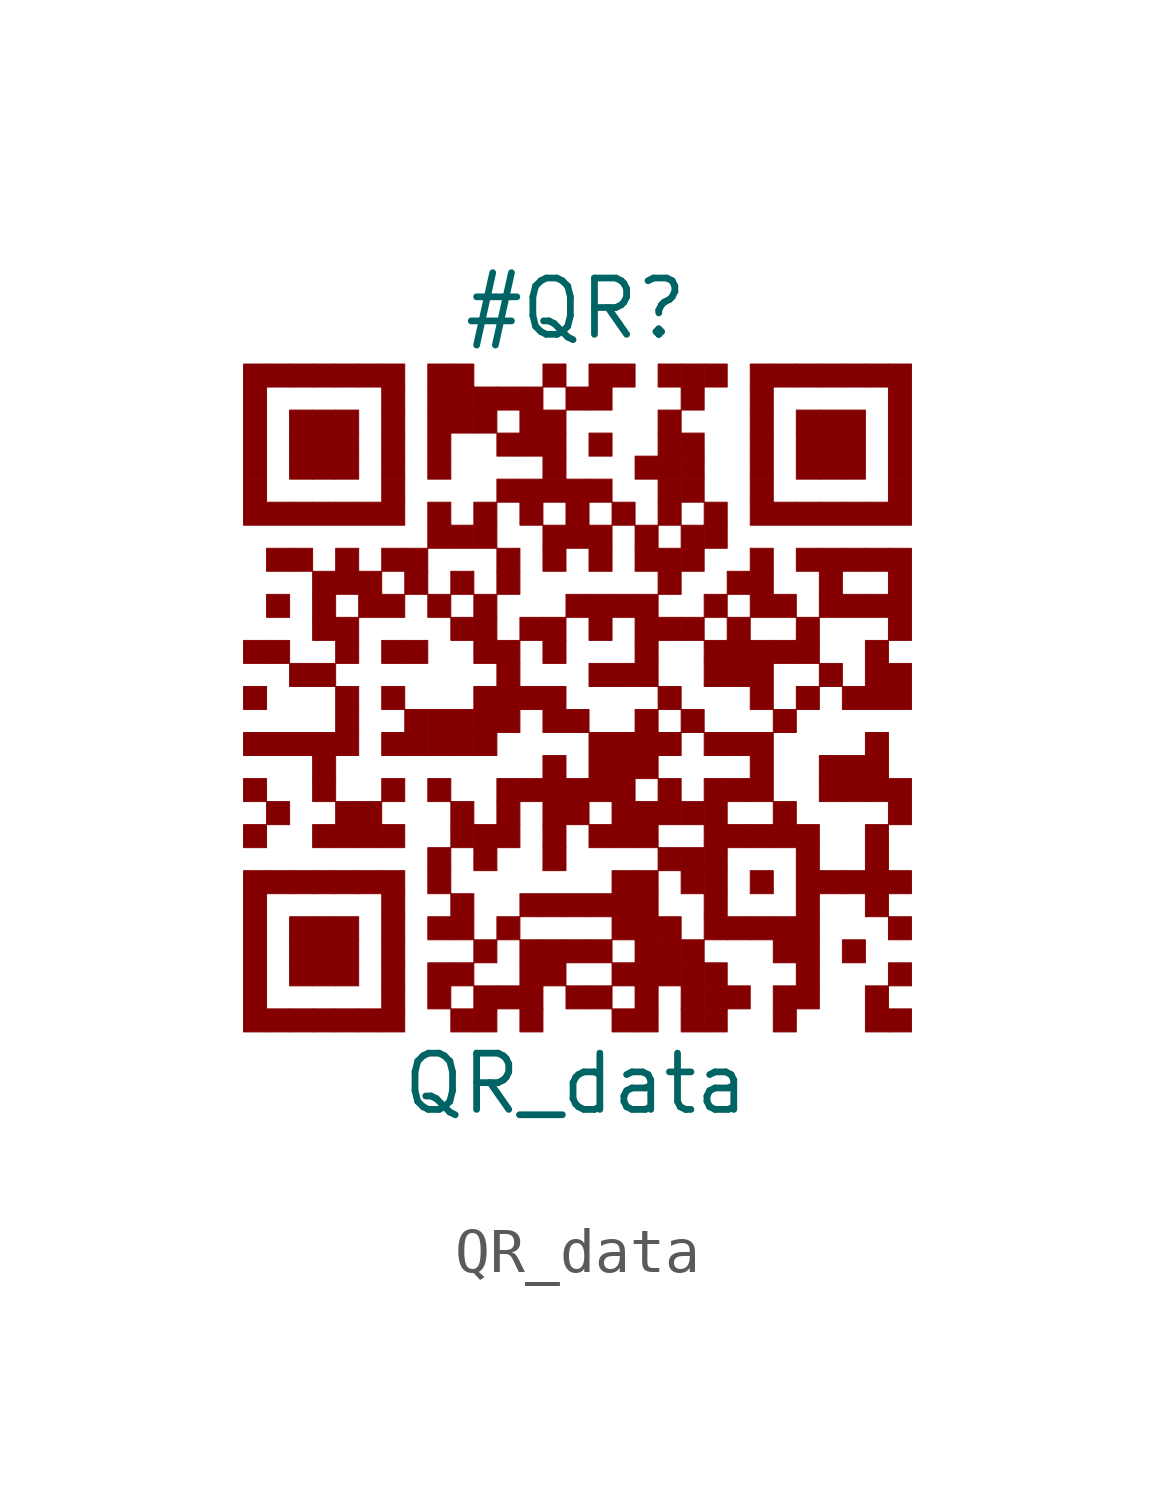
<source format=kicad_sym>
(kicad_symbol_lib
  (version 20211014)
  (generator kibot)
  (symbol "QR_data"
    (pin_numbers hide)
    (pin_names hide)
    (property "Reference" "#QR"
      (at 0 8.75 0)
      (effects (font (size 1.27 1.27))))
    (property "Value" "QR_data"
      (at 0 -8.75 0)
      (effects (font (size 1.27 1.27))))
    (rectangle
      (start -7.5 7.5)
      (end -6.98 6.98)
      (stroke (width 0.001) (type default))
      (fill (type outline)))
    (rectangle
      (start -6.98 7.5)
      (end -6.46 6.98)
      (stroke (width 0.001) (type default))
      (fill (type outline)))
    (rectangle
      (start -6.46 7.5)
      (end -5.94 6.98)
      (stroke (width 0.001) (type default))
      (fill (type outline)))
    (rectangle
      (start -5.94 7.5)
      (end -5.42 6.98)
      (stroke (width 0.001) (type default))
      (fill (type outline)))
    (rectangle
      (start -5.42 7.5)
      (end -4.9 6.98)
      (stroke (width 0.001) (type default))
      (fill (type outline)))
    (rectangle
      (start -4.9 7.5)
      (end -4.38 6.98)
      (stroke (width 0.001) (type default))
      (fill (type outline)))
    (rectangle
      (start -4.38 7.5)
      (end -3.86 6.98)
      (stroke (width 0.001) (type default))
      (fill (type outline)))
    (rectangle
      (start -3.34 7.5)
      (end -2.82 6.98)
      (stroke (width 0.001) (type default))
      (fill (type outline)))
    (rectangle
      (start -2.82 7.5)
      (end -2.3 6.98)
      (stroke (width 0.001) (type default))
      (fill (type outline)))
    (rectangle
      (start -0.74 7.5)
      (end -0.22 6.98)
      (stroke (width 0.001) (type default))
      (fill (type outline)))
    (rectangle
      (start 0.3 7.5)
      (end 0.82 6.98)
      (stroke (width 0.001) (type default))
      (fill (type outline)))
    (rectangle
      (start 0.82 7.5)
      (end 1.34 6.98)
      (stroke (width 0.001) (type default))
      (fill (type outline)))
    (rectangle
      (start 1.86 7.5)
      (end 2.38 6.98)
      (stroke (width 0.001) (type default))
      (fill (type outline)))
    (rectangle
      (start 2.38 7.5)
      (end 2.9 6.98)
      (stroke (width 0.001) (type default))
      (fill (type outline)))
    (rectangle
      (start 2.9 7.5)
      (end 3.42 6.98)
      (stroke (width 0.001) (type default))
      (fill (type outline)))
    (rectangle
      (start 3.94 7.5)
      (end 4.46 6.98)
      (stroke (width 0.001) (type default))
      (fill (type outline)))
    (rectangle
      (start 4.46 7.5)
      (end 4.98 6.98)
      (stroke (width 0.001) (type default))
      (fill (type outline)))
    (rectangle
      (start 4.98 7.5)
      (end 5.5 6.98)
      (stroke (width 0.001) (type default))
      (fill (type outline)))
    (rectangle
      (start 5.5 7.5)
      (end 6.02 6.98)
      (stroke (width 0.001) (type default))
      (fill (type outline)))
    (rectangle
      (start 6.02 7.5)
      (end 6.54 6.98)
      (stroke (width 0.001) (type default))
      (fill (type outline)))
    (rectangle
      (start 6.54 7.5)
      (end 7.06 6.98)
      (stroke (width 0.001) (type default))
      (fill (type outline)))
    (rectangle
      (start 7.06 7.5)
      (end 7.58 6.98)
      (stroke (width 0.001) (type default))
      (fill (type outline)))
    (rectangle
      (start -7.5 6.98)
      (end -6.98 6.46)
      (stroke (width 0.001) (type default))
      (fill (type outline)))
    (rectangle
      (start -4.38 6.98)
      (end -3.86 6.46)
      (stroke (width 0.001) (type default))
      (fill (type outline)))
    (rectangle
      (start -3.34 6.98)
      (end -2.82 6.46)
      (stroke (width 0.001) (type default))
      (fill (type outline)))
    (rectangle
      (start -2.82 6.98)
      (end -2.3 6.46)
      (stroke (width 0.001) (type default))
      (fill (type outline)))
    (rectangle
      (start -2.3 6.98)
      (end -1.78 6.46)
      (stroke (width 0.001) (type default))
      (fill (type outline)))
    (rectangle
      (start -1.78 6.98)
      (end -1.26 6.46)
      (stroke (width 0.001) (type default))
      (fill (type outline)))
    (rectangle
      (start -1.26 6.98)
      (end -0.74 6.46)
      (stroke (width 0.001) (type default))
      (fill (type outline)))
    (rectangle
      (start -0.22 6.98)
      (end 0.3 6.46)
      (stroke (width 0.001) (type default))
      (fill (type outline)))
    (rectangle
      (start 0.3 6.98)
      (end 0.82 6.46)
      (stroke (width 0.001) (type default))
      (fill (type outline)))
    (rectangle
      (start 2.38 6.98)
      (end 2.9 6.46)
      (stroke (width 0.001) (type default))
      (fill (type outline)))
    (rectangle
      (start 3.94 6.98)
      (end 4.46 6.46)
      (stroke (width 0.001) (type default))
      (fill (type outline)))
    (rectangle
      (start 7.06 6.98)
      (end 7.58 6.46)
      (stroke (width 0.001) (type default))
      (fill (type outline)))
    (rectangle
      (start -7.5 6.46)
      (end -6.98 5.94)
      (stroke (width 0.001) (type default))
      (fill (type outline)))
    (rectangle
      (start -6.46 6.46)
      (end -5.94 5.94)
      (stroke (width 0.001) (type default))
      (fill (type outline)))
    (rectangle
      (start -5.94 6.46)
      (end -5.42 5.94)
      (stroke (width 0.001) (type default))
      (fill (type outline)))
    (rectangle
      (start -5.42 6.46)
      (end -4.9 5.94)
      (stroke (width 0.001) (type default))
      (fill (type outline)))
    (rectangle
      (start -4.38 6.46)
      (end -3.86 5.94)
      (stroke (width 0.001) (type default))
      (fill (type outline)))
    (rectangle
      (start -3.34 6.46)
      (end -2.82 5.94)
      (stroke (width 0.001) (type default))
      (fill (type outline)))
    (rectangle
      (start -2.82 6.46)
      (end -2.3 5.94)
      (stroke (width 0.001) (type default))
      (fill (type outline)))
    (rectangle
      (start -2.3 6.46)
      (end -1.78 5.94)
      (stroke (width 0.001) (type default))
      (fill (type outline)))
    (rectangle
      (start -1.26 6.46)
      (end -0.74 5.94)
      (stroke (width 0.001) (type default))
      (fill (type outline)))
    (rectangle
      (start -0.74 6.46)
      (end -0.22 5.94)
      (stroke (width 0.001) (type default))
      (fill (type outline)))
    (rectangle
      (start 1.86 6.46)
      (end 2.38 5.94)
      (stroke (width 0.001) (type default))
      (fill (type outline)))
    (rectangle
      (start 3.94 6.46)
      (end 4.46 5.94)
      (stroke (width 0.001) (type default))
      (fill (type outline)))
    (rectangle
      (start 4.98 6.46)
      (end 5.5 5.94)
      (stroke (width 0.001) (type default))
      (fill (type outline)))
    (rectangle
      (start 5.5 6.46)
      (end 6.02 5.94)
      (stroke (width 0.001) (type default))
      (fill (type outline)))
    (rectangle
      (start 6.02 6.46)
      (end 6.54 5.94)
      (stroke (width 0.001) (type default))
      (fill (type outline)))
    (rectangle
      (start 7.06 6.46)
      (end 7.58 5.94)
      (stroke (width 0.001) (type default))
      (fill (type outline)))
    (rectangle
      (start -7.5 5.94)
      (end -6.98 5.42)
      (stroke (width 0.001) (type default))
      (fill (type outline)))
    (rectangle
      (start -6.46 5.94)
      (end -5.94 5.42)
      (stroke (width 0.001) (type default))
      (fill (type outline)))
    (rectangle
      (start -5.94 5.94)
      (end -5.42 5.42)
      (stroke (width 0.001) (type default))
      (fill (type outline)))
    (rectangle
      (start -5.42 5.94)
      (end -4.9 5.42)
      (stroke (width 0.001) (type default))
      (fill (type outline)))
    (rectangle
      (start -4.38 5.94)
      (end -3.86 5.42)
      (stroke (width 0.001) (type default))
      (fill (type outline)))
    (rectangle
      (start -3.34 5.94)
      (end -2.82 5.42)
      (stroke (width 0.001) (type default))
      (fill (type outline)))
    (rectangle
      (start -1.78 5.94)
      (end -1.26 5.42)
      (stroke (width 0.001) (type default))
      (fill (type outline)))
    (rectangle
      (start -1.26 5.94)
      (end -0.74 5.42)
      (stroke (width 0.001) (type default))
      (fill (type outline)))
    (rectangle
      (start -0.74 5.94)
      (end -0.22 5.42)
      (stroke (width 0.001) (type default))
      (fill (type outline)))
    (rectangle
      (start 0.3 5.94)
      (end 0.82 5.42)
      (stroke (width 0.001) (type default))
      (fill (type outline)))
    (rectangle
      (start 1.86 5.94)
      (end 2.38 5.42)
      (stroke (width 0.001) (type default))
      (fill (type outline)))
    (rectangle
      (start 2.38 5.94)
      (end 2.9 5.42)
      (stroke (width 0.001) (type default))
      (fill (type outline)))
    (rectangle
      (start 3.94 5.94)
      (end 4.46 5.42)
      (stroke (width 0.001) (type default))
      (fill (type outline)))
    (rectangle
      (start 4.98 5.94)
      (end 5.5 5.42)
      (stroke (width 0.001) (type default))
      (fill (type outline)))
    (rectangle
      (start 5.5 5.94)
      (end 6.02 5.42)
      (stroke (width 0.001) (type default))
      (fill (type outline)))
    (rectangle
      (start 6.02 5.94)
      (end 6.54 5.42)
      (stroke (width 0.001) (type default))
      (fill (type outline)))
    (rectangle
      (start 7.06 5.94)
      (end 7.58 5.42)
      (stroke (width 0.001) (type default))
      (fill (type outline)))
    (rectangle
      (start -7.5 5.42)
      (end -6.98 4.9)
      (stroke (width 0.001) (type default))
      (fill (type outline)))
    (rectangle
      (start -6.46 5.42)
      (end -5.94 4.9)
      (stroke (width 0.001) (type default))
      (fill (type outline)))
    (rectangle
      (start -5.94 5.42)
      (end -5.42 4.9)
      (stroke (width 0.001) (type default))
      (fill (type outline)))
    (rectangle
      (start -5.42 5.42)
      (end -4.9 4.9)
      (stroke (width 0.001) (type default))
      (fill (type outline)))
    (rectangle
      (start -4.38 5.42)
      (end -3.86 4.9)
      (stroke (width 0.001) (type default))
      (fill (type outline)))
    (rectangle
      (start -3.34 5.42)
      (end -2.82 4.9)
      (stroke (width 0.001) (type default))
      (fill (type outline)))
    (rectangle
      (start -0.74 5.42)
      (end -0.22 4.9)
      (stroke (width 0.001) (type default))
      (fill (type outline)))
    (rectangle
      (start 1.34 5.42)
      (end 1.86 4.9)
      (stroke (width 0.001) (type default))
      (fill (type outline)))
    (rectangle
      (start 1.86 5.42)
      (end 2.38 4.9)
      (stroke (width 0.001) (type default))
      (fill (type outline)))
    (rectangle
      (start 2.38 5.42)
      (end 2.9 4.9)
      (stroke (width 0.001) (type default))
      (fill (type outline)))
    (rectangle
      (start 3.94 5.42)
      (end 4.46 4.9)
      (stroke (width 0.001) (type default))
      (fill (type outline)))
    (rectangle
      (start 4.98 5.42)
      (end 5.5 4.9)
      (stroke (width 0.001) (type default))
      (fill (type outline)))
    (rectangle
      (start 5.5 5.42)
      (end 6.02 4.9)
      (stroke (width 0.001) (type default))
      (fill (type outline)))
    (rectangle
      (start 6.02 5.42)
      (end 6.54 4.9)
      (stroke (width 0.001) (type default))
      (fill (type outline)))
    (rectangle
      (start 7.06 5.42)
      (end 7.58 4.9)
      (stroke (width 0.001) (type default))
      (fill (type outline)))
    (rectangle
      (start -7.5 4.9)
      (end -6.98 4.38)
      (stroke (width 0.001) (type default))
      (fill (type outline)))
    (rectangle
      (start -4.38 4.9)
      (end -3.86 4.38)
      (stroke (width 0.001) (type default))
      (fill (type outline)))
    (rectangle
      (start -1.78 4.9)
      (end -1.26 4.38)
      (stroke (width 0.001) (type default))
      (fill (type outline)))
    (rectangle
      (start -1.26 4.9)
      (end -0.74 4.38)
      (stroke (width 0.001) (type default))
      (fill (type outline)))
    (rectangle
      (start -0.74 4.9)
      (end -0.22 4.38)
      (stroke (width 0.001) (type default))
      (fill (type outline)))
    (rectangle
      (start -0.22 4.9)
      (end 0.3 4.38)
      (stroke (width 0.001) (type default))
      (fill (type outline)))
    (rectangle
      (start 0.3 4.9)
      (end 0.82 4.38)
      (stroke (width 0.001) (type default))
      (fill (type outline)))
    (rectangle
      (start 1.86 4.9)
      (end 2.38 4.38)
      (stroke (width 0.001) (type default))
      (fill (type outline)))
    (rectangle
      (start 2.38 4.9)
      (end 2.9 4.38)
      (stroke (width 0.001) (type default))
      (fill (type outline)))
    (rectangle
      (start 3.94 4.9)
      (end 4.46 4.38)
      (stroke (width 0.001) (type default))
      (fill (type outline)))
    (rectangle
      (start 7.06 4.9)
      (end 7.58 4.38)
      (stroke (width 0.001) (type default))
      (fill (type outline)))
    (rectangle
      (start -7.5 4.38)
      (end -6.98 3.86)
      (stroke (width 0.001) (type default))
      (fill (type outline)))
    (rectangle
      (start -6.98 4.38)
      (end -6.46 3.86)
      (stroke (width 0.001) (type default))
      (fill (type outline)))
    (rectangle
      (start -6.46 4.38)
      (end -5.94 3.86)
      (stroke (width 0.001) (type default))
      (fill (type outline)))
    (rectangle
      (start -5.94 4.38)
      (end -5.42 3.86)
      (stroke (width 0.001) (type default))
      (fill (type outline)))
    (rectangle
      (start -5.42 4.38)
      (end -4.9 3.86)
      (stroke (width 0.001) (type default))
      (fill (type outline)))
    (rectangle
      (start -4.9 4.38)
      (end -4.38 3.86)
      (stroke (width 0.001) (type default))
      (fill (type outline)))
    (rectangle
      (start -4.38 4.38)
      (end -3.86 3.86)
      (stroke (width 0.001) (type default))
      (fill (type outline)))
    (rectangle
      (start -3.34 4.38)
      (end -2.82 3.86)
      (stroke (width 0.001) (type default))
      (fill (type outline)))
    (rectangle
      (start -2.3 4.38)
      (end -1.78 3.86)
      (stroke (width 0.001) (type default))
      (fill (type outline)))
    (rectangle
      (start -1.26 4.38)
      (end -0.74 3.86)
      (stroke (width 0.001) (type default))
      (fill (type outline)))
    (rectangle
      (start -0.22 4.38)
      (end 0.3 3.86)
      (stroke (width 0.001) (type default))
      (fill (type outline)))
    (rectangle
      (start 0.82 4.38)
      (end 1.34 3.86)
      (stroke (width 0.001) (type default))
      (fill (type outline)))
    (rectangle
      (start 1.86 4.38)
      (end 2.38 3.86)
      (stroke (width 0.001) (type default))
      (fill (type outline)))
    (rectangle
      (start 2.9 4.38)
      (end 3.42 3.86)
      (stroke (width 0.001) (type default))
      (fill (type outline)))
    (rectangle
      (start 3.94 4.38)
      (end 4.46 3.86)
      (stroke (width 0.001) (type default))
      (fill (type outline)))
    (rectangle
      (start 4.46 4.38)
      (end 4.98 3.86)
      (stroke (width 0.001) (type default))
      (fill (type outline)))
    (rectangle
      (start 4.98 4.38)
      (end 5.5 3.86)
      (stroke (width 0.001) (type default))
      (fill (type outline)))
    (rectangle
      (start 5.5 4.38)
      (end 6.02 3.86)
      (stroke (width 0.001) (type default))
      (fill (type outline)))
    (rectangle
      (start 6.02 4.38)
      (end 6.54 3.86)
      (stroke (width 0.001) (type default))
      (fill (type outline)))
    (rectangle
      (start 6.54 4.38)
      (end 7.06 3.86)
      (stroke (width 0.001) (type default))
      (fill (type outline)))
    (rectangle
      (start 7.06 4.38)
      (end 7.58 3.86)
      (stroke (width 0.001) (type default))
      (fill (type outline)))
    (rectangle
      (start -3.34 3.86)
      (end -2.82 3.34)
      (stroke (width 0.001) (type default))
      (fill (type outline)))
    (rectangle
      (start -2.82 3.86)
      (end -2.3 3.34)
      (stroke (width 0.001) (type default))
      (fill (type outline)))
    (rectangle
      (start -2.3 3.86)
      (end -1.78 3.34)
      (stroke (width 0.001) (type default))
      (fill (type outline)))
    (rectangle
      (start -0.74 3.86)
      (end -0.22 3.34)
      (stroke (width 0.001) (type default))
      (fill (type outline)))
    (rectangle
      (start -0.22 3.86)
      (end 0.3 3.34)
      (stroke (width 0.001) (type default))
      (fill (type outline)))
    (rectangle
      (start 0.3 3.86)
      (end 0.82 3.34)
      (stroke (width 0.001) (type default))
      (fill (type outline)))
    (rectangle
      (start 1.34 3.86)
      (end 1.86 3.34)
      (stroke (width 0.001) (type default))
      (fill (type outline)))
    (rectangle
      (start 2.38 3.86)
      (end 2.9 3.34)
      (stroke (width 0.001) (type default))
      (fill (type outline)))
    (rectangle
      (start 2.9 3.86)
      (end 3.42 3.34)
      (stroke (width 0.001) (type default))
      (fill (type outline)))
    (rectangle
      (start -6.98 3.34)
      (end -6.46 2.82)
      (stroke (width 0.001) (type default))
      (fill (type outline)))
    (rectangle
      (start -6.46 3.34)
      (end -5.94 2.82)
      (stroke (width 0.001) (type default))
      (fill (type outline)))
    (rectangle
      (start -5.42 3.34)
      (end -4.9 2.82)
      (stroke (width 0.001) (type default))
      (fill (type outline)))
    (rectangle
      (start -4.38 3.34)
      (end -3.86 2.82)
      (stroke (width 0.001) (type default))
      (fill (type outline)))
    (rectangle
      (start -3.86 3.34)
      (end -3.34 2.82)
      (stroke (width 0.001) (type default))
      (fill (type outline)))
    (rectangle
      (start -1.78 3.34)
      (end -1.26 2.82)
      (stroke (width 0.001) (type default))
      (fill (type outline)))
    (rectangle
      (start -0.74 3.34)
      (end -0.22 2.82)
      (stroke (width 0.001) (type default))
      (fill (type outline)))
    (rectangle
      (start 0.3 3.34)
      (end 0.82 2.82)
      (stroke (width 0.001) (type default))
      (fill (type outline)))
    (rectangle
      (start 1.34 3.34)
      (end 1.86 2.82)
      (stroke (width 0.001) (type default))
      (fill (type outline)))
    (rectangle
      (start 1.86 3.34)
      (end 2.38 2.82)
      (stroke (width 0.001) (type default))
      (fill (type outline)))
    (rectangle
      (start 2.38 3.34)
      (end 2.9 2.82)
      (stroke (width 0.001) (type default))
      (fill (type outline)))
    (rectangle
      (start 3.94 3.34)
      (end 4.46 2.82)
      (stroke (width 0.001) (type default))
      (fill (type outline)))
    (rectangle
      (start 4.98 3.34)
      (end 5.5 2.82)
      (stroke (width 0.001) (type default))
      (fill (type outline)))
    (rectangle
      (start 5.5 3.34)
      (end 6.02 2.82)
      (stroke (width 0.001) (type default))
      (fill (type outline)))
    (rectangle
      (start 6.02 3.34)
      (end 6.54 2.82)
      (stroke (width 0.001) (type default))
      (fill (type outline)))
    (rectangle
      (start 6.54 3.34)
      (end 7.06 2.82)
      (stroke (width 0.001) (type default))
      (fill (type outline)))
    (rectangle
      (start 7.06 3.34)
      (end 7.58 2.82)
      (stroke (width 0.001) (type default))
      (fill (type outline)))
    (rectangle
      (start -5.94 2.82)
      (end -5.42 2.3)
      (stroke (width 0.001) (type default))
      (fill (type outline)))
    (rectangle
      (start -5.42 2.82)
      (end -4.9 2.3)
      (stroke (width 0.001) (type default))
      (fill (type outline)))
    (rectangle
      (start -4.9 2.82)
      (end -4.38 2.3)
      (stroke (width 0.001) (type default))
      (fill (type outline)))
    (rectangle
      (start -3.86 2.82)
      (end -3.34 2.3)
      (stroke (width 0.001) (type default))
      (fill (type outline)))
    (rectangle
      (start -2.82 2.82)
      (end -2.3 2.3)
      (stroke (width 0.001) (type default))
      (fill (type outline)))
    (rectangle
      (start -1.78 2.82)
      (end -1.26 2.3)
      (stroke (width 0.001) (type default))
      (fill (type outline)))
    (rectangle
      (start 1.86 2.82)
      (end 2.38 2.3)
      (stroke (width 0.001) (type default))
      (fill (type outline)))
    (rectangle
      (start 3.42 2.82)
      (end 3.94 2.3)
      (stroke (width 0.001) (type default))
      (fill (type outline)))
    (rectangle
      (start 3.94 2.82)
      (end 4.46 2.3)
      (stroke (width 0.001) (type default))
      (fill (type outline)))
    (rectangle
      (start 5.5 2.82)
      (end 6.02 2.3)
      (stroke (width 0.001) (type default))
      (fill (type outline)))
    (rectangle
      (start 7.06 2.82)
      (end 7.58 2.3)
      (stroke (width 0.001) (type default))
      (fill (type outline)))
    (rectangle
      (start -6.98 2.3)
      (end -6.46 1.78)
      (stroke (width 0.001) (type default))
      (fill (type outline)))
    (rectangle
      (start -5.94 2.3)
      (end -5.42 1.78)
      (stroke (width 0.001) (type default))
      (fill (type outline)))
    (rectangle
      (start -4.9 2.3)
      (end -4.38 1.78)
      (stroke (width 0.001) (type default))
      (fill (type outline)))
    (rectangle
      (start -4.38 2.3)
      (end -3.86 1.78)
      (stroke (width 0.001) (type default))
      (fill (type outline)))
    (rectangle
      (start -3.34 2.3)
      (end -2.82 1.78)
      (stroke (width 0.001) (type default))
      (fill (type outline)))
    (rectangle
      (start -2.3 2.3)
      (end -1.78 1.78)
      (stroke (width 0.001) (type default))
      (fill (type outline)))
    (rectangle
      (start -0.22 2.3)
      (end 0.3 1.78)
      (stroke (width 0.001) (type default))
      (fill (type outline)))
    (rectangle
      (start 0.3 2.3)
      (end 0.82 1.78)
      (stroke (width 0.001) (type default))
      (fill (type outline)))
    (rectangle
      (start 0.82 2.3)
      (end 1.34 1.78)
      (stroke (width 0.001) (type default))
      (fill (type outline)))
    (rectangle
      (start 1.34 2.3)
      (end 1.86 1.78)
      (stroke (width 0.001) (type default))
      (fill (type outline)))
    (rectangle
      (start 2.9 2.3)
      (end 3.42 1.78)
      (stroke (width 0.001) (type default))
      (fill (type outline)))
    (rectangle
      (start 3.94 2.3)
      (end 4.46 1.78)
      (stroke (width 0.001) (type default))
      (fill (type outline)))
    (rectangle
      (start 4.46 2.3)
      (end 4.98 1.78)
      (stroke (width 0.001) (type default))
      (fill (type outline)))
    (rectangle
      (start 5.5 2.3)
      (end 6.02 1.78)
      (stroke (width 0.001) (type default))
      (fill (type outline)))
    (rectangle
      (start 6.02 2.3)
      (end 6.54 1.78)
      (stroke (width 0.001) (type default))
      (fill (type outline)))
    (rectangle
      (start 6.54 2.3)
      (end 7.06 1.78)
      (stroke (width 0.001) (type default))
      (fill (type outline)))
    (rectangle
      (start 7.06 2.3)
      (end 7.58 1.78)
      (stroke (width 0.001) (type default))
      (fill (type outline)))
    (rectangle
      (start -5.94 1.78)
      (end -5.42 1.26)
      (stroke (width 0.001) (type default))
      (fill (type outline)))
    (rectangle
      (start -5.42 1.78)
      (end -4.9 1.26)
      (stroke (width 0.001) (type default))
      (fill (type outline)))
    (rectangle
      (start -2.82 1.78)
      (end -2.3 1.26)
      (stroke (width 0.001) (type default))
      (fill (type outline)))
    (rectangle
      (start -2.3 1.78)
      (end -1.78 1.26)
      (stroke (width 0.001) (type default))
      (fill (type outline)))
    (rectangle
      (start -1.26 1.78)
      (end -0.74 1.26)
      (stroke (width 0.001) (type default))
      (fill (type outline)))
    (rectangle
      (start -0.74 1.78)
      (end -0.22 1.26)
      (stroke (width 0.001) (type default))
      (fill (type outline)))
    (rectangle
      (start 0.3 1.78)
      (end 0.82 1.26)
      (stroke (width 0.001) (type default))
      (fill (type outline)))
    (rectangle
      (start 1.34 1.78)
      (end 1.86 1.26)
      (stroke (width 0.001) (type default))
      (fill (type outline)))
    (rectangle
      (start 1.86 1.78)
      (end 2.38 1.26)
      (stroke (width 0.001) (type default))
      (fill (type outline)))
    (rectangle
      (start 2.38 1.78)
      (end 2.9 1.26)
      (stroke (width 0.001) (type default))
      (fill (type outline)))
    (rectangle
      (start 3.42 1.78)
      (end 3.94 1.26)
      (stroke (width 0.001) (type default))
      (fill (type outline)))
    (rectangle
      (start 4.98 1.78)
      (end 5.5 1.26)
      (stroke (width 0.001) (type default))
      (fill (type outline)))
    (rectangle
      (start 7.06 1.78)
      (end 7.58 1.26)
      (stroke (width 0.001) (type default))
      (fill (type outline)))
    (rectangle
      (start -7.5 1.26)
      (end -6.98 0.74)
      (stroke (width 0.001) (type default))
      (fill (type outline)))
    (rectangle
      (start -6.98 1.26)
      (end -6.46 0.74)
      (stroke (width 0.001) (type default))
      (fill (type outline)))
    (rectangle
      (start -5.42 1.26)
      (end -4.9 0.74)
      (stroke (width 0.001) (type default))
      (fill (type outline)))
    (rectangle
      (start -4.38 1.26)
      (end -3.86 0.74)
      (stroke (width 0.001) (type default))
      (fill (type outline)))
    (rectangle
      (start -3.86 1.26)
      (end -3.34 0.74)
      (stroke (width 0.001) (type default))
      (fill (type outline)))
    (rectangle
      (start -2.3 1.26)
      (end -1.78 0.74)
      (stroke (width 0.001) (type default))
      (fill (type outline)))
    (rectangle
      (start -1.78 1.26)
      (end -1.26 0.74)
      (stroke (width 0.001) (type default))
      (fill (type outline)))
    (rectangle
      (start -0.74 1.26)
      (end -0.22 0.74)
      (stroke (width 0.001) (type default))
      (fill (type outline)))
    (rectangle
      (start 1.34 1.26)
      (end 1.86 0.74)
      (stroke (width 0.001) (type default))
      (fill (type outline)))
    (rectangle
      (start 2.9 1.26)
      (end 3.42 0.74)
      (stroke (width 0.001) (type default))
      (fill (type outline)))
    (rectangle
      (start 3.42 1.26)
      (end 3.94 0.74)
      (stroke (width 0.001) (type default))
      (fill (type outline)))
    (rectangle
      (start 3.94 1.26)
      (end 4.46 0.74)
      (stroke (width 0.001) (type default))
      (fill (type outline)))
    (rectangle
      (start 4.46 1.26)
      (end 4.98 0.74)
      (stroke (width 0.001) (type default))
      (fill (type outline)))
    (rectangle
      (start 4.98 1.26)
      (end 5.5 0.74)
      (stroke (width 0.001) (type default))
      (fill (type outline)))
    (rectangle
      (start 6.54 1.26)
      (end 7.06 0.74)
      (stroke (width 0.001) (type default))
      (fill (type outline)))
    (rectangle
      (start -6.46 0.74)
      (end -5.94 0.22)
      (stroke (width 0.001) (type default))
      (fill (type outline)))
    (rectangle
      (start -5.94 0.74)
      (end -5.42 0.22)
      (stroke (width 0.001) (type default))
      (fill (type outline)))
    (rectangle
      (start -1.78 0.74)
      (end -1.26 0.22)
      (stroke (width 0.001) (type default))
      (fill (type outline)))
    (rectangle
      (start 0.3 0.74)
      (end 0.82 0.22)
      (stroke (width 0.001) (type default))
      (fill (type outline)))
    (rectangle
      (start 0.82 0.74)
      (end 1.34 0.22)
      (stroke (width 0.001) (type default))
      (fill (type outline)))
    (rectangle
      (start 1.34 0.74)
      (end 1.86 0.22)
      (stroke (width 0.001) (type default))
      (fill (type outline)))
    (rectangle
      (start 2.9 0.74)
      (end 3.42 0.22)
      (stroke (width 0.001) (type default))
      (fill (type outline)))
    (rectangle
      (start 3.42 0.74)
      (end 3.94 0.22)
      (stroke (width 0.001) (type default))
      (fill (type outline)))
    (rectangle
      (start 3.94 0.74)
      (end 4.46 0.22)
      (stroke (width 0.001) (type default))
      (fill (type outline)))
    (rectangle
      (start 5.5 0.74)
      (end 6.02 0.22)
      (stroke (width 0.001) (type default))
      (fill (type outline)))
    (rectangle
      (start 6.54 0.74)
      (end 7.06 0.22)
      (stroke (width 0.001) (type default))
      (fill (type outline)))
    (rectangle
      (start 7.06 0.74)
      (end 7.58 0.22)
      (stroke (width 0.001) (type default))
      (fill (type outline)))
    (rectangle
      (start -7.5 0.22)
      (end -6.98 -0.3)
      (stroke (width 0.001) (type default))
      (fill (type outline)))
    (rectangle
      (start -5.42 0.22)
      (end -4.9 -0.3)
      (stroke (width 0.001) (type default))
      (fill (type outline)))
    (rectangle
      (start -4.38 0.22)
      (end -3.86 -0.3)
      (stroke (width 0.001) (type default))
      (fill (type outline)))
    (rectangle
      (start -2.3 0.22)
      (end -1.78 -0.3)
      (stroke (width 0.001) (type default))
      (fill (type outline)))
    (rectangle
      (start -1.78 0.22)
      (end -1.26 -0.3)
      (stroke (width 0.001) (type default))
      (fill (type outline)))
    (rectangle
      (start -1.26 0.22)
      (end -0.74 -0.3)
      (stroke (width 0.001) (type default))
      (fill (type outline)))
    (rectangle
      (start -0.74 0.22)
      (end -0.22 -0.3)
      (stroke (width 0.001) (type default))
      (fill (type outline)))
    (rectangle
      (start 1.86 0.22)
      (end 2.38 -0.3)
      (stroke (width 0.001) (type default))
      (fill (type outline)))
    (rectangle
      (start 3.94 0.22)
      (end 4.46 -0.3)
      (stroke (width 0.001) (type default))
      (fill (type outline)))
    (rectangle
      (start 4.98 0.22)
      (end 5.5 -0.3)
      (stroke (width 0.001) (type default))
      (fill (type outline)))
    (rectangle
      (start 6.02 0.22)
      (end 6.54 -0.3)
      (stroke (width 0.001) (type default))
      (fill (type outline)))
    (rectangle
      (start 6.54 0.22)
      (end 7.06 -0.3)
      (stroke (width 0.001) (type default))
      (fill (type outline)))
    (rectangle
      (start 7.06 0.22)
      (end 7.58 -0.3)
      (stroke (width 0.001) (type default))
      (fill (type outline)))
    (rectangle
      (start -5.42 -0.3)
      (end -4.9 -0.82)
      (stroke (width 0.001) (type default))
      (fill (type outline)))
    (rectangle
      (start -3.86 -0.3)
      (end -3.34 -0.82)
      (stroke (width 0.001) (type default))
      (fill (type outline)))
    (rectangle
      (start -3.34 -0.3)
      (end -2.82 -0.82)
      (stroke (width 0.001) (type default))
      (fill (type outline)))
    (rectangle
      (start -2.82 -0.3)
      (end -2.3 -0.82)
      (stroke (width 0.001) (type default))
      (fill (type outline)))
    (rectangle
      (start -2.3 -0.3)
      (end -1.78 -0.82)
      (stroke (width 0.001) (type default))
      (fill (type outline)))
    (rectangle
      (start -1.78 -0.3)
      (end -1.26 -0.82)
      (stroke (width 0.001) (type default))
      (fill (type outline)))
    (rectangle
      (start -0.74 -0.3)
      (end -0.22 -0.82)
      (stroke (width 0.001) (type default))
      (fill (type outline)))
    (rectangle
      (start -0.22 -0.3)
      (end 0.3 -0.82)
      (stroke (width 0.001) (type default))
      (fill (type outline)))
    (rectangle
      (start 1.34 -0.3)
      (end 1.86 -0.82)
      (stroke (width 0.001) (type default))
      (fill (type outline)))
    (rectangle
      (start 2.38 -0.3)
      (end 2.9 -0.82)
      (stroke (width 0.001) (type default))
      (fill (type outline)))
    (rectangle
      (start 4.46 -0.3)
      (end 4.98 -0.82)
      (stroke (width 0.001) (type default))
      (fill (type outline)))
    (rectangle
      (start -7.5 -0.82)
      (end -6.98 -1.34)
      (stroke (width 0.001) (type default))
      (fill (type outline)))
    (rectangle
      (start -6.98 -0.82)
      (end -6.46 -1.34)
      (stroke (width 0.001) (type default))
      (fill (type outline)))
    (rectangle
      (start -6.46 -0.82)
      (end -5.94 -1.34)
      (stroke (width 0.001) (type default))
      (fill (type outline)))
    (rectangle
      (start -5.94 -0.82)
      (end -5.42 -1.34)
      (stroke (width 0.001) (type default))
      (fill (type outline)))
    (rectangle
      (start -5.42 -0.82)
      (end -4.9 -1.34)
      (stroke (width 0.001) (type default))
      (fill (type outline)))
    (rectangle
      (start -4.38 -0.82)
      (end -3.86 -1.34)
      (stroke (width 0.001) (type default))
      (fill (type outline)))
    (rectangle
      (start -3.86 -0.82)
      (end -3.34 -1.34)
      (stroke (width 0.001) (type default))
      (fill (type outline)))
    (rectangle
      (start -3.34 -0.82)
      (end -2.82 -1.34)
      (stroke (width 0.001) (type default))
      (fill (type outline)))
    (rectangle
      (start -2.82 -0.82)
      (end -2.3 -1.34)
      (stroke (width 0.001) (type default))
      (fill (type outline)))
    (rectangle
      (start -2.3 -0.82)
      (end -1.78 -1.34)
      (stroke (width 0.001) (type default))
      (fill (type outline)))
    (rectangle
      (start 0.3 -0.82)
      (end 0.82 -1.34)
      (stroke (width 0.001) (type default))
      (fill (type outline)))
    (rectangle
      (start 0.82 -0.82)
      (end 1.34 -1.34)
      (stroke (width 0.001) (type default))
      (fill (type outline)))
    (rectangle
      (start 1.34 -0.82)
      (end 1.86 -1.34)
      (stroke (width 0.001) (type default))
      (fill (type outline)))
    (rectangle
      (start 1.86 -0.82)
      (end 2.38 -1.34)
      (stroke (width 0.001) (type default))
      (fill (type outline)))
    (rectangle
      (start 2.9 -0.82)
      (end 3.42 -1.34)
      (stroke (width 0.001) (type default))
      (fill (type outline)))
    (rectangle
      (start 3.42 -0.82)
      (end 3.94 -1.34)
      (stroke (width 0.001) (type default))
      (fill (type outline)))
    (rectangle
      (start 3.94 -0.82)
      (end 4.46 -1.34)
      (stroke (width 0.001) (type default))
      (fill (type outline)))
    (rectangle
      (start 6.54 -0.82)
      (end 7.06 -1.34)
      (stroke (width 0.001) (type default))
      (fill (type outline)))
    (rectangle
      (start -5.94 -1.34)
      (end -5.42 -1.86)
      (stroke (width 0.001) (type default))
      (fill (type outline)))
    (rectangle
      (start -0.74 -1.34)
      (end -0.22 -1.86)
      (stroke (width 0.001) (type default))
      (fill (type outline)))
    (rectangle
      (start 0.3 -1.34)
      (end 0.82 -1.86)
      (stroke (width 0.001) (type default))
      (fill (type outline)))
    (rectangle
      (start 0.82 -1.34)
      (end 1.34 -1.86)
      (stroke (width 0.001) (type default))
      (fill (type outline)))
    (rectangle
      (start 1.34 -1.34)
      (end 1.86 -1.86)
      (stroke (width 0.001) (type default))
      (fill (type outline)))
    (rectangle
      (start 3.94 -1.34)
      (end 4.46 -1.86)
      (stroke (width 0.001) (type default))
      (fill (type outline)))
    (rectangle
      (start 5.5 -1.34)
      (end 6.02 -1.86)
      (stroke (width 0.001) (type default))
      (fill (type outline)))
    (rectangle
      (start 6.02 -1.34)
      (end 6.54 -1.86)
      (stroke (width 0.001) (type default))
      (fill (type outline)))
    (rectangle
      (start 6.54 -1.34)
      (end 7.06 -1.86)
      (stroke (width 0.001) (type default))
      (fill (type outline)))
    (rectangle
      (start -7.5 -1.86)
      (end -6.98 -2.38)
      (stroke (width 0.001) (type default))
      (fill (type outline)))
    (rectangle
      (start -5.94 -1.86)
      (end -5.42 -2.38)
      (stroke (width 0.001) (type default))
      (fill (type outline)))
    (rectangle
      (start -4.38 -1.86)
      (end -3.86 -2.38)
      (stroke (width 0.001) (type default))
      (fill (type outline)))
    (rectangle
      (start -3.34 -1.86)
      (end -2.82 -2.38)
      (stroke (width 0.001) (type default))
      (fill (type outline)))
    (rectangle
      (start -1.78 -1.86)
      (end -1.26 -2.38)
      (stroke (width 0.001) (type default))
      (fill (type outline)))
    (rectangle
      (start -1.26 -1.86)
      (end -0.74 -2.38)
      (stroke (width 0.001) (type default))
      (fill (type outline)))
    (rectangle
      (start -0.74 -1.86)
      (end -0.22 -2.38)
      (stroke (width 0.001) (type default))
      (fill (type outline)))
    (rectangle
      (start -0.22 -1.86)
      (end 0.3 -2.38)
      (stroke (width 0.001) (type default))
      (fill (type outline)))
    (rectangle
      (start 0.3 -1.86)
      (end 0.82 -2.38)
      (stroke (width 0.001) (type default))
      (fill (type outline)))
    (rectangle
      (start 0.82 -1.86)
      (end 1.34 -2.38)
      (stroke (width 0.001) (type default))
      (fill (type outline)))
    (rectangle
      (start 1.86 -1.86)
      (end 2.38 -2.38)
      (stroke (width 0.001) (type default))
      (fill (type outline)))
    (rectangle
      (start 2.9 -1.86)
      (end 3.42 -2.38)
      (stroke (width 0.001) (type default))
      (fill (type outline)))
    (rectangle
      (start 3.42 -1.86)
      (end 3.94 -2.38)
      (stroke (width 0.001) (type default))
      (fill (type outline)))
    (rectangle
      (start 3.94 -1.86)
      (end 4.46 -2.38)
      (stroke (width 0.001) (type default))
      (fill (type outline)))
    (rectangle
      (start 5.5 -1.86)
      (end 6.02 -2.38)
      (stroke (width 0.001) (type default))
      (fill (type outline)))
    (rectangle
      (start 6.02 -1.86)
      (end 6.54 -2.38)
      (stroke (width 0.001) (type default))
      (fill (type outline)))
    (rectangle
      (start 6.54 -1.86)
      (end 7.06 -2.38)
      (stroke (width 0.001) (type default))
      (fill (type outline)))
    (rectangle
      (start 7.06 -1.86)
      (end 7.58 -2.38)
      (stroke (width 0.001) (type default))
      (fill (type outline)))
    (rectangle
      (start -6.98 -2.38)
      (end -6.46 -2.9)
      (stroke (width 0.001) (type default))
      (fill (type outline)))
    (rectangle
      (start -5.42 -2.38)
      (end -4.9 -2.9)
      (stroke (width 0.001) (type default))
      (fill (type outline)))
    (rectangle
      (start -4.9 -2.38)
      (end -4.38 -2.9)
      (stroke (width 0.001) (type default))
      (fill (type outline)))
    (rectangle
      (start -2.82 -2.38)
      (end -2.3 -2.9)
      (stroke (width 0.001) (type default))
      (fill (type outline)))
    (rectangle
      (start -1.78 -2.38)
      (end -1.26 -2.9)
      (stroke (width 0.001) (type default))
      (fill (type outline)))
    (rectangle
      (start -0.74 -2.38)
      (end -0.22 -2.9)
      (stroke (width 0.001) (type default))
      (fill (type outline)))
    (rectangle
      (start -0.22 -2.38)
      (end 0.3 -2.9)
      (stroke (width 0.001) (type default))
      (fill (type outline)))
    (rectangle
      (start 0.82 -2.38)
      (end 1.34 -2.9)
      (stroke (width 0.001) (type default))
      (fill (type outline)))
    (rectangle
      (start 1.34 -2.38)
      (end 1.86 -2.9)
      (stroke (width 0.001) (type default))
      (fill (type outline)))
    (rectangle
      (start 1.86 -2.38)
      (end 2.38 -2.9)
      (stroke (width 0.001) (type default))
      (fill (type outline)))
    (rectangle
      (start 2.38 -2.38)
      (end 2.9 -2.9)
      (stroke (width 0.001) (type default))
      (fill (type outline)))
    (rectangle
      (start 2.9 -2.38)
      (end 3.42 -2.9)
      (stroke (width 0.001) (type default))
      (fill (type outline)))
    (rectangle
      (start 4.46 -2.38)
      (end 4.98 -2.9)
      (stroke (width 0.001) (type default))
      (fill (type outline)))
    (rectangle
      (start 7.06 -2.38)
      (end 7.58 -2.9)
      (stroke (width 0.001) (type default))
      (fill (type outline)))
    (rectangle
      (start -7.5 -2.9)
      (end -6.98 -3.42)
      (stroke (width 0.001) (type default))
      (fill (type outline)))
    (rectangle
      (start -5.94 -2.9)
      (end -5.42 -3.42)
      (stroke (width 0.001) (type default))
      (fill (type outline)))
    (rectangle
      (start -5.42 -2.9)
      (end -4.9 -3.42)
      (stroke (width 0.001) (type default))
      (fill (type outline)))
    (rectangle
      (start -4.9 -2.9)
      (end -4.38 -3.42)
      (stroke (width 0.001) (type default))
      (fill (type outline)))
    (rectangle
      (start -4.38 -2.9)
      (end -3.86 -3.42)
      (stroke (width 0.001) (type default))
      (fill (type outline)))
    (rectangle
      (start -2.82 -2.9)
      (end -2.3 -3.42)
      (stroke (width 0.001) (type default))
      (fill (type outline)))
    (rectangle
      (start -2.3 -2.9)
      (end -1.78 -3.42)
      (stroke (width 0.001) (type default))
      (fill (type outline)))
    (rectangle
      (start -1.78 -2.9)
      (end -1.26 -3.42)
      (stroke (width 0.001) (type default))
      (fill (type outline)))
    (rectangle
      (start -0.74 -2.9)
      (end -0.22 -3.42)
      (stroke (width 0.001) (type default))
      (fill (type outline)))
    (rectangle
      (start 0.3 -2.9)
      (end 0.82 -3.42)
      (stroke (width 0.001) (type default))
      (fill (type outline)))
    (rectangle
      (start 0.82 -2.9)
      (end 1.34 -3.42)
      (stroke (width 0.001) (type default))
      (fill (type outline)))
    (rectangle
      (start 1.34 -2.9)
      (end 1.86 -3.42)
      (stroke (width 0.001) (type default))
      (fill (type outline)))
    (rectangle
      (start 2.9 -2.9)
      (end 3.42 -3.42)
      (stroke (width 0.001) (type default))
      (fill (type outline)))
    (rectangle
      (start 3.42 -2.9)
      (end 3.94 -3.42)
      (stroke (width 0.001) (type default))
      (fill (type outline)))
    (rectangle
      (start 3.94 -2.9)
      (end 4.46 -3.42)
      (stroke (width 0.001) (type default))
      (fill (type outline)))
    (rectangle
      (start 4.46 -2.9)
      (end 4.98 -3.42)
      (stroke (width 0.001) (type default))
      (fill (type outline)))
    (rectangle
      (start 4.98 -2.9)
      (end 5.5 -3.42)
      (stroke (width 0.001) (type default))
      (fill (type outline)))
    (rectangle
      (start 6.54 -2.9)
      (end 7.06 -3.42)
      (stroke (width 0.001) (type default))
      (fill (type outline)))
    (rectangle
      (start -3.34 -3.42)
      (end -2.82 -3.94)
      (stroke (width 0.001) (type default))
      (fill (type outline)))
    (rectangle
      (start -2.3 -3.42)
      (end -1.78 -3.94)
      (stroke (width 0.001) (type default))
      (fill (type outline)))
    (rectangle
      (start -0.74 -3.42)
      (end -0.22 -3.94)
      (stroke (width 0.001) (type default))
      (fill (type outline)))
    (rectangle
      (start 1.86 -3.42)
      (end 2.38 -3.94)
      (stroke (width 0.001) (type default))
      (fill (type outline)))
    (rectangle
      (start 2.38 -3.42)
      (end 2.9 -3.94)
      (stroke (width 0.001) (type default))
      (fill (type outline)))
    (rectangle
      (start 2.9 -3.42)
      (end 3.42 -3.94)
      (stroke (width 0.001) (type default))
      (fill (type outline)))
    (rectangle
      (start 4.98 -3.42)
      (end 5.5 -3.94)
      (stroke (width 0.001) (type default))
      (fill (type outline)))
    (rectangle
      (start 6.54 -3.42)
      (end 7.06 -3.94)
      (stroke (width 0.001) (type default))
      (fill (type outline)))
    (rectangle
      (start -7.5 -3.94)
      (end -6.98 -4.46)
      (stroke (width 0.001) (type default))
      (fill (type outline)))
    (rectangle
      (start -6.98 -3.94)
      (end -6.46 -4.46)
      (stroke (width 0.001) (type default))
      (fill (type outline)))
    (rectangle
      (start -6.46 -3.94)
      (end -5.94 -4.46)
      (stroke (width 0.001) (type default))
      (fill (type outline)))
    (rectangle
      (start -5.94 -3.94)
      (end -5.42 -4.46)
      (stroke (width 0.001) (type default))
      (fill (type outline)))
    (rectangle
      (start -5.42 -3.94)
      (end -4.9 -4.46)
      (stroke (width 0.001) (type default))
      (fill (type outline)))
    (rectangle
      (start -4.9 -3.94)
      (end -4.38 -4.46)
      (stroke (width 0.001) (type default))
      (fill (type outline)))
    (rectangle
      (start -4.38 -3.94)
      (end -3.86 -4.46)
      (stroke (width 0.001) (type default))
      (fill (type outline)))
    (rectangle
      (start -3.34 -3.94)
      (end -2.82 -4.46)
      (stroke (width 0.001) (type default))
      (fill (type outline)))
    (rectangle
      (start 0.82 -3.94)
      (end 1.34 -4.46)
      (stroke (width 0.001) (type default))
      (fill (type outline)))
    (rectangle
      (start 1.34 -3.94)
      (end 1.86 -4.46)
      (stroke (width 0.001) (type default))
      (fill (type outline)))
    (rectangle
      (start 2.38 -3.94)
      (end 2.9 -4.46)
      (stroke (width 0.001) (type default))
      (fill (type outline)))
    (rectangle
      (start 2.9 -3.94)
      (end 3.42 -4.46)
      (stroke (width 0.001) (type default))
      (fill (type outline)))
    (rectangle
      (start 3.94 -3.94)
      (end 4.46 -4.46)
      (stroke (width 0.001) (type default))
      (fill (type outline)))
    (rectangle
      (start 4.98 -3.94)
      (end 5.5 -4.46)
      (stroke (width 0.001) (type default))
      (fill (type outline)))
    (rectangle
      (start 5.5 -3.94)
      (end 6.02 -4.46)
      (stroke (width 0.001) (type default))
      (fill (type outline)))
    (rectangle
      (start 6.02 -3.94)
      (end 6.54 -4.46)
      (stroke (width 0.001) (type default))
      (fill (type outline)))
    (rectangle
      (start 6.54 -3.94)
      (end 7.06 -4.46)
      (stroke (width 0.001) (type default))
      (fill (type outline)))
    (rectangle
      (start 7.06 -3.94)
      (end 7.58 -4.46)
      (stroke (width 0.001) (type default))
      (fill (type outline)))
    (rectangle
      (start -7.5 -4.46)
      (end -6.98 -4.98)
      (stroke (width 0.001) (type default))
      (fill (type outline)))
    (rectangle
      (start -4.38 -4.46)
      (end -3.86 -4.98)
      (stroke (width 0.001) (type default))
      (fill (type outline)))
    (rectangle
      (start -2.82 -4.46)
      (end -2.3 -4.98)
      (stroke (width 0.001) (type default))
      (fill (type outline)))
    (rectangle
      (start -1.26 -4.46)
      (end -0.74 -4.98)
      (stroke (width 0.001) (type default))
      (fill (type outline)))
    (rectangle
      (start -0.74 -4.46)
      (end -0.22 -4.98)
      (stroke (width 0.001) (type default))
      (fill (type outline)))
    (rectangle
      (start -0.22 -4.46)
      (end 0.3 -4.98)
      (stroke (width 0.001) (type default))
      (fill (type outline)))
    (rectangle
      (start 0.3 -4.46)
      (end 0.82 -4.98)
      (stroke (width 0.001) (type default))
      (fill (type outline)))
    (rectangle
      (start 0.82 -4.46)
      (end 1.34 -4.98)
      (stroke (width 0.001) (type default))
      (fill (type outline)))
    (rectangle
      (start 1.34 -4.46)
      (end 1.86 -4.98)
      (stroke (width 0.001) (type default))
      (fill (type outline)))
    (rectangle
      (start 2.9 -4.46)
      (end 3.42 -4.98)
      (stroke (width 0.001) (type default))
      (fill (type outline)))
    (rectangle
      (start 4.98 -4.46)
      (end 5.5 -4.98)
      (stroke (width 0.001) (type default))
      (fill (type outline)))
    (rectangle
      (start 6.54 -4.46)
      (end 7.06 -4.98)
      (stroke (width 0.001) (type default))
      (fill (type outline)))
    (rectangle
      (start -7.5 -4.98)
      (end -6.98 -5.5)
      (stroke (width 0.001) (type default))
      (fill (type outline)))
    (rectangle
      (start -6.46 -4.98)
      (end -5.94 -5.5)
      (stroke (width 0.001) (type default))
      (fill (type outline)))
    (rectangle
      (start -5.94 -4.98)
      (end -5.42 -5.5)
      (stroke (width 0.001) (type default))
      (fill (type outline)))
    (rectangle
      (start -5.42 -4.98)
      (end -4.9 -5.5)
      (stroke (width 0.001) (type default))
      (fill (type outline)))
    (rectangle
      (start -4.38 -4.98)
      (end -3.86 -5.5)
      (stroke (width 0.001) (type default))
      (fill (type outline)))
    (rectangle
      (start -3.34 -4.98)
      (end -2.82 -5.5)
      (stroke (width 0.001) (type default))
      (fill (type outline)))
    (rectangle
      (start -2.82 -4.98)
      (end -2.3 -5.5)
      (stroke (width 0.001) (type default))
      (fill (type outline)))
    (rectangle
      (start -1.78 -4.98)
      (end -1.26 -5.5)
      (stroke (width 0.001) (type default))
      (fill (type outline)))
    (rectangle
      (start 0.82 -4.98)
      (end 1.34 -5.5)
      (stroke (width 0.001) (type default))
      (fill (type outline)))
    (rectangle
      (start 1.34 -4.98)
      (end 1.86 -5.5)
      (stroke (width 0.001) (type default))
      (fill (type outline)))
    (rectangle
      (start 1.86 -4.98)
      (end 2.38 -5.5)
      (stroke (width 0.001) (type default))
      (fill (type outline)))
    (rectangle
      (start 2.9 -4.98)
      (end 3.42 -5.5)
      (stroke (width 0.001) (type default))
      (fill (type outline)))
    (rectangle
      (start 3.42 -4.98)
      (end 3.94 -5.5)
      (stroke (width 0.001) (type default))
      (fill (type outline)))
    (rectangle
      (start 3.94 -4.98)
      (end 4.46 -5.5)
      (stroke (width 0.001) (type default))
      (fill (type outline)))
    (rectangle
      (start 4.46 -4.98)
      (end 4.98 -5.5)
      (stroke (width 0.001) (type default))
      (fill (type outline)))
    (rectangle
      (start 4.98 -4.98)
      (end 5.5 -5.5)
      (stroke (width 0.001) (type default))
      (fill (type outline)))
    (rectangle
      (start 7.06 -4.98)
      (end 7.58 -5.5)
      (stroke (width 0.001) (type default))
      (fill (type outline)))
    (rectangle
      (start -7.5 -5.5)
      (end -6.98 -6.02)
      (stroke (width 0.001) (type default))
      (fill (type outline)))
    (rectangle
      (start -6.46 -5.5)
      (end -5.94 -6.02)
      (stroke (width 0.001) (type default))
      (fill (type outline)))
    (rectangle
      (start -5.94 -5.5)
      (end -5.42 -6.02)
      (stroke (width 0.001) (type default))
      (fill (type outline)))
    (rectangle
      (start -5.42 -5.5)
      (end -4.9 -6.02)
      (stroke (width 0.001) (type default))
      (fill (type outline)))
    (rectangle
      (start -4.38 -5.5)
      (end -3.86 -6.02)
      (stroke (width 0.001) (type default))
      (fill (type outline)))
    (rectangle
      (start -2.3 -5.5)
      (end -1.78 -6.02)
      (stroke (width 0.001) (type default))
      (fill (type outline)))
    (rectangle
      (start -1.26 -5.5)
      (end -0.74 -6.02)
      (stroke (width 0.001) (type default))
      (fill (type outline)))
    (rectangle
      (start -0.74 -5.5)
      (end -0.22 -6.02)
      (stroke (width 0.001) (type default))
      (fill (type outline)))
    (rectangle
      (start -0.22 -5.5)
      (end 0.3 -6.02)
      (stroke (width 0.001) (type default))
      (fill (type outline)))
    (rectangle
      (start 0.3 -5.5)
      (end 0.82 -6.02)
      (stroke (width 0.001) (type default))
      (fill (type outline)))
    (rectangle
      (start 1.34 -5.5)
      (end 1.86 -6.02)
      (stroke (width 0.001) (type default))
      (fill (type outline)))
    (rectangle
      (start 1.86 -5.5)
      (end 2.38 -6.02)
      (stroke (width 0.001) (type default))
      (fill (type outline)))
    (rectangle
      (start 2.38 -5.5)
      (end 2.9 -6.02)
      (stroke (width 0.001) (type default))
      (fill (type outline)))
    (rectangle
      (start 4.46 -5.5)
      (end 4.98 -6.02)
      (stroke (width 0.001) (type default))
      (fill (type outline)))
    (rectangle
      (start 4.98 -5.5)
      (end 5.5 -6.02)
      (stroke (width 0.001) (type default))
      (fill (type outline)))
    (rectangle
      (start 6.02 -5.5)
      (end 6.54 -6.02)
      (stroke (width 0.001) (type default))
      (fill (type outline)))
    (rectangle
      (start -7.5 -6.02)
      (end -6.98 -6.54)
      (stroke (width 0.001) (type default))
      (fill (type outline)))
    (rectangle
      (start -6.46 -6.02)
      (end -5.94 -6.54)
      (stroke (width 0.001) (type default))
      (fill (type outline)))
    (rectangle
      (start -5.94 -6.02)
      (end -5.42 -6.54)
      (stroke (width 0.001) (type default))
      (fill (type outline)))
    (rectangle
      (start -5.42 -6.02)
      (end -4.9 -6.54)
      (stroke (width 0.001) (type default))
      (fill (type outline)))
    (rectangle
      (start -4.38 -6.02)
      (end -3.86 -6.54)
      (stroke (width 0.001) (type default))
      (fill (type outline)))
    (rectangle
      (start -3.34 -6.02)
      (end -2.82 -6.54)
      (stroke (width 0.001) (type default))
      (fill (type outline)))
    (rectangle
      (start -2.82 -6.02)
      (end -2.3 -6.54)
      (stroke (width 0.001) (type default))
      (fill (type outline)))
    (rectangle
      (start -1.26 -6.02)
      (end -0.74 -6.54)
      (stroke (width 0.001) (type default))
      (fill (type outline)))
    (rectangle
      (start -0.74 -6.02)
      (end -0.22 -6.54)
      (stroke (width 0.001) (type default))
      (fill (type outline)))
    (rectangle
      (start 0.82 -6.02)
      (end 1.34 -6.54)
      (stroke (width 0.001) (type default))
      (fill (type outline)))
    (rectangle
      (start 1.34 -6.02)
      (end 1.86 -6.54)
      (stroke (width 0.001) (type default))
      (fill (type outline)))
    (rectangle
      (start 1.86 -6.02)
      (end 2.38 -6.54)
      (stroke (width 0.001) (type default))
      (fill (type outline)))
    (rectangle
      (start 2.38 -6.02)
      (end 2.9 -6.54)
      (stroke (width 0.001) (type default))
      (fill (type outline)))
    (rectangle
      (start 2.9 -6.02)
      (end 3.42 -6.54)
      (stroke (width 0.001) (type default))
      (fill (type outline)))
    (rectangle
      (start 4.98 -6.02)
      (end 5.5 -6.54)
      (stroke (width 0.001) (type default))
      (fill (type outline)))
    (rectangle
      (start 7.06 -6.02)
      (end 7.58 -6.54)
      (stroke (width 0.001) (type default))
      (fill (type outline)))
    (rectangle
      (start -7.5 -6.54)
      (end -6.98 -7.06)
      (stroke (width 0.001) (type default))
      (fill (type outline)))
    (rectangle
      (start -4.38 -6.54)
      (end -3.86 -7.06)
      (stroke (width 0.001) (type default))
      (fill (type outline)))
    (rectangle
      (start -3.34 -6.54)
      (end -2.82 -7.06)
      (stroke (width 0.001) (type default))
      (fill (type outline)))
    (rectangle
      (start -2.3 -6.54)
      (end -1.78 -7.06)
      (stroke (width 0.001) (type default))
      (fill (type outline)))
    (rectangle
      (start -1.78 -6.54)
      (end -1.26 -7.06)
      (stroke (width 0.001) (type default))
      (fill (type outline)))
    (rectangle
      (start -1.26 -6.54)
      (end -0.74 -7.06)
      (stroke (width 0.001) (type default))
      (fill (type outline)))
    (rectangle
      (start -0.22 -6.54)
      (end 0.3 -7.06)
      (stroke (width 0.001) (type default))
      (fill (type outline)))
    (rectangle
      (start 0.3 -6.54)
      (end 0.82 -7.06)
      (stroke (width 0.001) (type default))
      (fill (type outline)))
    (rectangle
      (start 1.34 -6.54)
      (end 1.86 -7.06)
      (stroke (width 0.001) (type default))
      (fill (type outline)))
    (rectangle
      (start 2.38 -6.54)
      (end 2.9 -7.06)
      (stroke (width 0.001) (type default))
      (fill (type outline)))
    (rectangle
      (start 2.9 -6.54)
      (end 3.42 -7.06)
      (stroke (width 0.001) (type default))
      (fill (type outline)))
    (rectangle
      (start 3.42 -6.54)
      (end 3.94 -7.06)
      (stroke (width 0.001) (type default))
      (fill (type outline)))
    (rectangle
      (start 4.46 -6.54)
      (end 4.98 -7.06)
      (stroke (width 0.001) (type default))
      (fill (type outline)))
    (rectangle
      (start 4.98 -6.54)
      (end 5.5 -7.06)
      (stroke (width 0.001) (type default))
      (fill (type outline)))
    (rectangle
      (start 6.54 -6.54)
      (end 7.06 -7.06)
      (stroke (width 0.001) (type default))
      (fill (type outline)))
    (rectangle
      (start -7.5 -7.06)
      (end -6.98 -7.58)
      (stroke (width 0.001) (type default))
      (fill (type outline)))
    (rectangle
      (start -6.98 -7.06)
      (end -6.46 -7.58)
      (stroke (width 0.001) (type default))
      (fill (type outline)))
    (rectangle
      (start -6.46 -7.06)
      (end -5.94 -7.58)
      (stroke (width 0.001) (type default))
      (fill (type outline)))
    (rectangle
      (start -5.94 -7.06)
      (end -5.42 -7.58)
      (stroke (width 0.001) (type default))
      (fill (type outline)))
    (rectangle
      (start -5.42 -7.06)
      (end -4.9 -7.58)
      (stroke (width 0.001) (type default))
      (fill (type outline)))
    (rectangle
      (start -4.9 -7.06)
      (end -4.38 -7.58)
      (stroke (width 0.001) (type default))
      (fill (type outline)))
    (rectangle
      (start -4.38 -7.06)
      (end -3.86 -7.58)
      (stroke (width 0.001) (type default))
      (fill (type outline)))
    (rectangle
      (start -2.82 -7.06)
      (end -2.3 -7.58)
      (stroke (width 0.001) (type default))
      (fill (type outline)))
    (rectangle
      (start -2.3 -7.06)
      (end -1.78 -7.58)
      (stroke (width 0.001) (type default))
      (fill (type outline)))
    (rectangle
      (start -1.26 -7.06)
      (end -0.74 -7.58)
      (stroke (width 0.001) (type default))
      (fill (type outline)))
    (rectangle
      (start 0.82 -7.06)
      (end 1.34 -7.58)
      (stroke (width 0.001) (type default))
      (fill (type outline)))
    (rectangle
      (start 1.34 -7.06)
      (end 1.86 -7.58)
      (stroke (width 0.001) (type default))
      (fill (type outline)))
    (rectangle
      (start 2.38 -7.06)
      (end 2.9 -7.58)
      (stroke (width 0.001) (type default))
      (fill (type outline)))
    (rectangle
      (start 2.9 -7.06)
      (end 3.42 -7.58)
      (stroke (width 0.001) (type default))
      (fill (type outline)))
    (rectangle
      (start 4.46 -7.06)
      (end 4.98 -7.58)
      (stroke (width 0.001) (type default))
      (fill (type outline)))
    (rectangle
      (start 6.54 -7.06)
      (end 7.06 -7.58)
      (stroke (width 0.001) (type default))
      (fill (type outline)))
    (rectangle
      (start 7.06 -7.06)
      (end 7.58 -7.58)
      (stroke (width 0.001) (type default))
      (fill (type outline)))))
</source>
